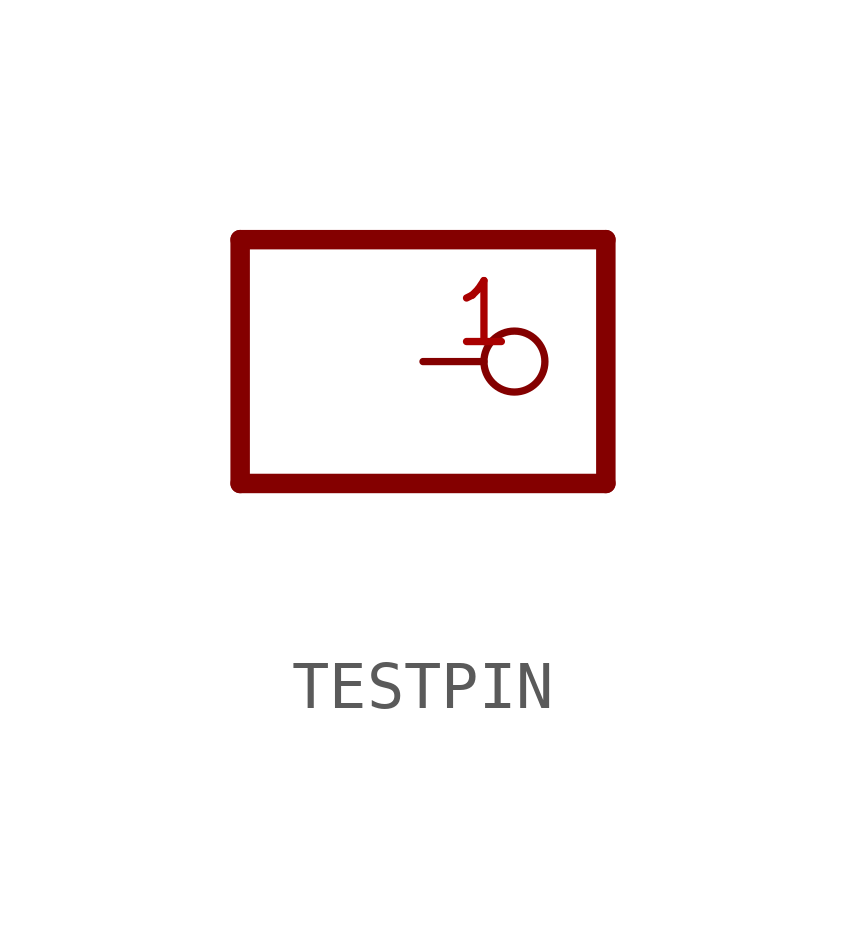
<source format=kicad_sym>
(kicad_symbol_lib
  (version 20220914)
  (generator kicad_symbol_editor)
  (symbol "TESTPIN"
    (property "Reference" ""
      (at -6.35 3.175 0)
      (effects (font (size 1.778 1.511)) (justify left bottom) hide))
    (property "Value" ""
      (at -6.35 -5.08 0)
      (effects (font (size 1.778 1.511)) (justify left bottom)))
    (property "ki_locked" ""
      (at 0 0 0)
      (effects (font (size 1.27 1.27))))
    (symbol "TESTPIN_1_0"
      (polyline (pts (xy -6.35 -2.54) (xy 1.27 -2.54)) (stroke (width 0.406) (type solid)) (fill (type none)))
      (polyline (pts (xy -6.35 2.54) (xy -6.35 -2.54)) (stroke (width 0.406) (type solid)) (fill (type none)))
      (polyline (pts (xy 1.27 -2.54) (xy 1.27 2.54)) (stroke (width 0.406) (type solid)) (fill (type none)))
      (polyline (pts (xy 1.27 2.54) (xy -6.35 2.54)) (stroke (width 0.406) (type solid)) (fill (type none)))
      (pin passive inverted (at -2.54 0 0) (length 2.54) (name "1" (effects (font (size 0 0)))) (number "1" (effects (font (size 1.27 1.27))))))))
</source>
